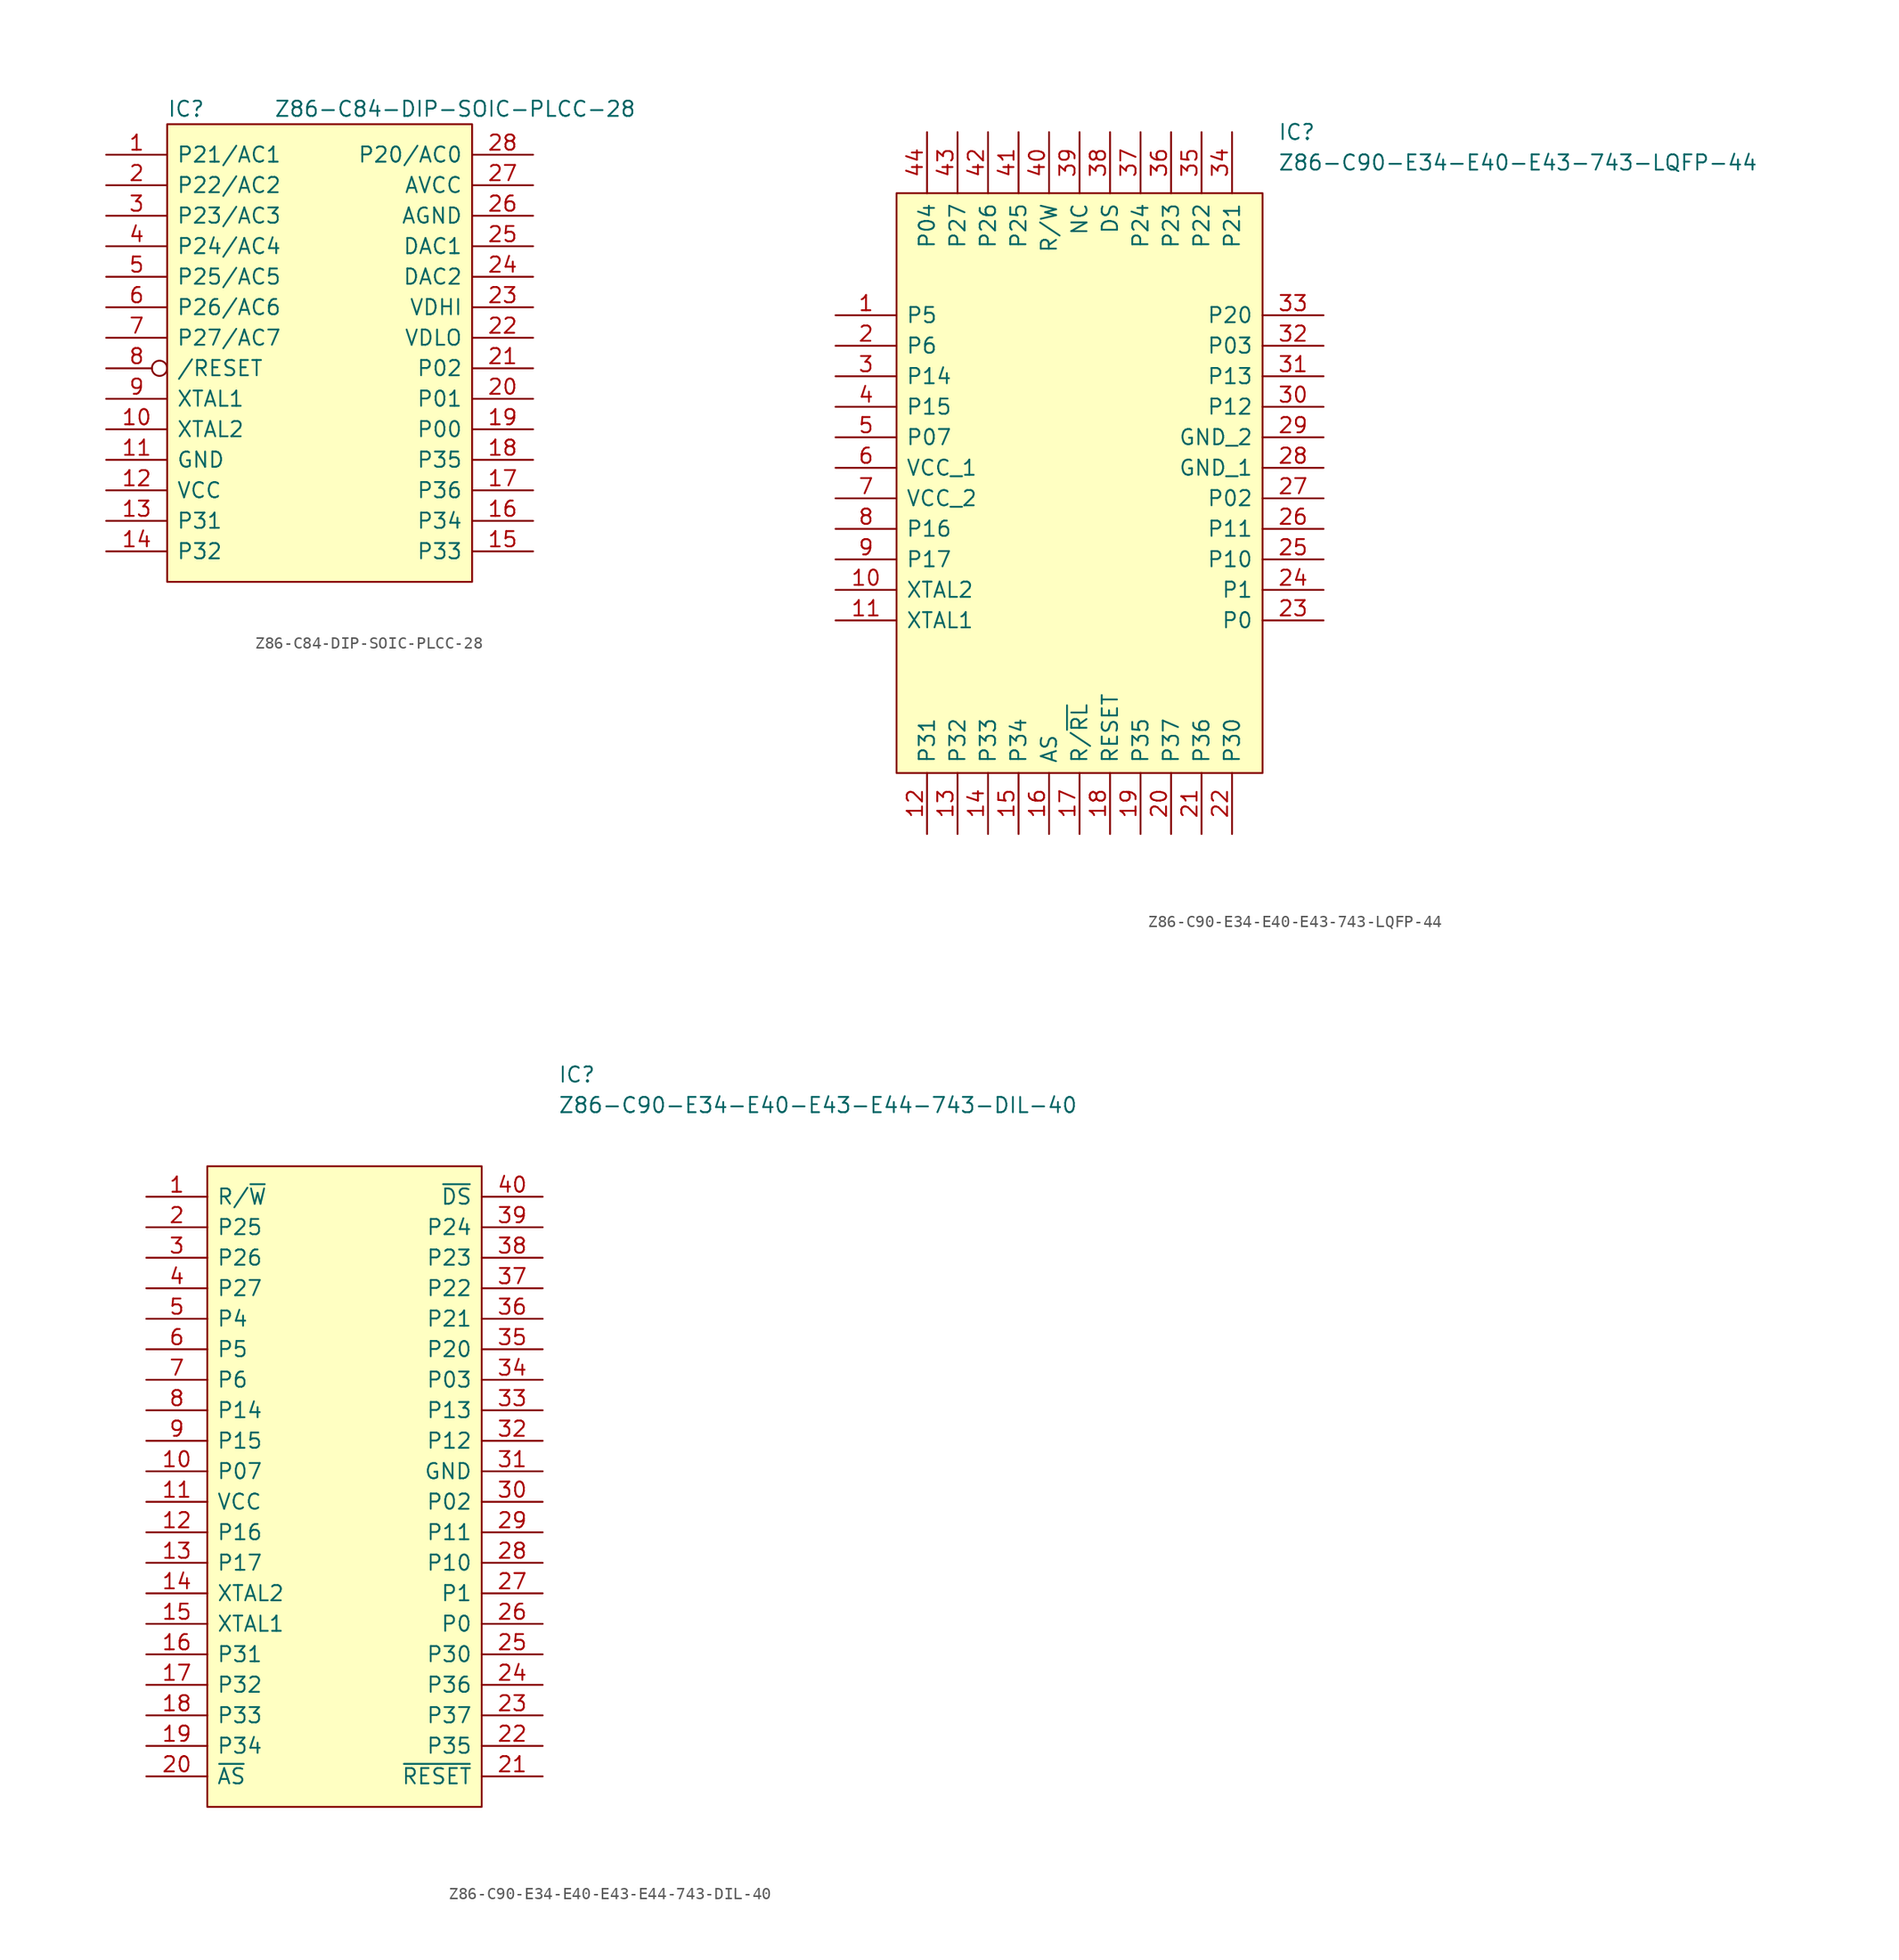
<source format=kicad_sym>
(kicad_symbol_lib
  (version 20211014)
  (generator kicad_symbol_editor)
  (symbol "Z86-C84-DIP-SOIC-PLCC-28"
    (pin_names
      (offset 0.762))
    (property "Reference" "IC"
      (at 0 1.27 0)
      (effects (font (size 1.27 1.27)) (justify left)))
    (property "Value" "Z86-C84-DIP-SOIC-PLCC-28"
      (at 8.89 1.27 0)
      (effects (font (size 1.27 1.27)) (justify left)))
    (symbol "Z86-C84-DIP-SOIC-PLCC-28_0_0"
      (pin bidirectional line (at -5.08 -2.54 0) (length 5.08) (name "P21/AC1" (effects (font (size 1.27 1.27)))) (number "1" (effects (font (size 1.27 1.27)))))
      (pin output line (at -5.08 -25.4 0) (length 5.08) (name "XTAL2" (effects (font (size 1.27 1.27)))) (number "10" (effects (font (size 1.27 1.27)))))
      (pin power_in line (at -5.08 -27.94 0) (length 5.08) (name "GND" (effects (font (size 1.27 1.27)))) (number "11" (effects (font (size 1.27 1.27)))))
      (pin power_in line (at -5.08 -30.48 0) (length 5.08) (name "VCC" (effects (font (size 1.27 1.27)))) (number "12" (effects (font (size 1.27 1.27)))))
      (pin input line (at -5.08 -33.02 0) (length 5.08) (name "P31" (effects (font (size 1.27 1.27)))) (number "13" (effects (font (size 1.27 1.27)))))
      (pin input line (at -5.08 -35.56 0) (length 5.08) (name "P32" (effects (font (size 1.27 1.27)))) (number "14" (effects (font (size 1.27 1.27)))))
      (pin input line (at 30.48 -35.56 180) (length 5.08) (name "P33" (effects (font (size 1.27 1.27)))) (number "15" (effects (font (size 1.27 1.27)))))
      (pin output line (at 30.48 -33.02 180) (length 5.08) (name "P34" (effects (font (size 1.27 1.27)))) (number "16" (effects (font (size 1.27 1.27)))))
      (pin output line (at 30.48 -30.48 180) (length 5.08) (name "P36" (effects (font (size 1.27 1.27)))) (number "17" (effects (font (size 1.27 1.27)))))
      (pin output line (at 30.48 -27.94 180) (length 5.08) (name "P35" (effects (font (size 1.27 1.27)))) (number "18" (effects (font (size 1.27 1.27)))))
      (pin bidirectional line (at 30.48 -25.4 180) (length 5.08) (name "P00" (effects (font (size 1.27 1.27)))) (number "19" (effects (font (size 1.27 1.27)))))
      (pin bidirectional line (at -5.08 -5.08 0) (length 5.08) (name "P22/AC2" (effects (font (size 1.27 1.27)))) (number "2" (effects (font (size 1.27 1.27)))))
      (pin bidirectional line (at 30.48 -22.86 180) (length 5.08) (name "P01" (effects (font (size 1.27 1.27)))) (number "20" (effects (font (size 1.27 1.27)))))
      (pin bidirectional line (at 30.48 -20.32 180) (length 5.08) (name "P02" (effects (font (size 1.27 1.27)))) (number "21" (effects (font (size 1.27 1.27)))))
      (pin input line (at 30.48 -17.78 180) (length 5.08) (name "VDLO" (effects (font (size 1.27 1.27)))) (number "22" (effects (font (size 1.27 1.27)))))
      (pin input line (at 30.48 -15.24 180) (length 5.08) (name "VDHI" (effects (font (size 1.27 1.27)))) (number "23" (effects (font (size 1.27 1.27)))))
      (pin output line (at 30.48 -12.7 180) (length 5.08) (name "DAC2" (effects (font (size 1.27 1.27)))) (number "24" (effects (font (size 1.27 1.27)))))
      (pin output line (at 30.48 -10.16 180) (length 5.08) (name "DAC1" (effects (font (size 1.27 1.27)))) (number "25" (effects (font (size 1.27 1.27)))))
      (pin bidirectional line (at 30.48 -7.62 180) (length 5.08) (name "AGND" (effects (font (size 1.27 1.27)))) (number "26" (effects (font (size 1.27 1.27)))))
      (pin bidirectional line (at 30.48 -5.08 180) (length 5.08) (name "AVCC" (effects (font (size 1.27 1.27)))) (number "27" (effects (font (size 1.27 1.27)))))
      (pin bidirectional line (at 30.48 -2.54 180) (length 5.08) (name "P20/AC0" (effects (font (size 1.27 1.27)))) (number "28" (effects (font (size 1.27 1.27)))))
      (pin bidirectional line (at -5.08 -7.62 0) (length 5.08) (name "P23/AC3" (effects (font (size 1.27 1.27)))) (number "3" (effects (font (size 1.27 1.27)))))
      (pin bidirectional line (at -5.08 -10.16 0) (length 5.08) (name "P24/AC4" (effects (font (size 1.27 1.27)))) (number "4" (effects (font (size 1.27 1.27)))))
      (pin bidirectional line (at -5.08 -12.7 0) (length 5.08) (name "P25/AC5" (effects (font (size 1.27 1.27)))) (number "5" (effects (font (size 1.27 1.27)))))
      (pin bidirectional line (at -5.08 -15.24 0) (length 5.08) (name "P26/AC6" (effects (font (size 1.27 1.27)))) (number "6" (effects (font (size 1.27 1.27)))))
      (pin input line (at -5.08 -17.78 0) (length 5.08) (name "P27/AC7" (effects (font (size 1.27 1.27)))) (number "7" (effects (font (size 1.27 1.27)))))
      (pin input inverted (at -5.08 -20.32 0) (length 5.08) (name "/RESET" (effects (font (size 1.27 1.27)))) (number "8" (effects (font (size 1.27 1.27)))))
      (pin input line (at -5.08 -22.86 0) (length 5.08) (name "XTAL1" (effects (font (size 1.27 1.27)))) (number "9" (effects (font (size 1.27 1.27))))))
    (symbol "Z86-C84-DIP-SOIC-PLCC-28_0_1"
      (polyline (pts (xy 0 0) (xy 25.4 0) (xy 25.4 -38.1) (xy 0 -38.1) (xy 0 0)) (stroke (width 0.152) (type solid)) (fill (type background)))))
  (symbol "Z86-C90-E34-E40-E43-743-LQFP-44"
    (pin_names
      (offset 0.762))
    (property "Reference" "IC"
      (at 31.75 5.08 0)
      (effects (font (size 1.27 1.27)) (justify left)))
    (property "Value" "Z86-C90-E34-E40-E43-743-LQFP-44"
      (at 31.75 2.54 0)
      (effects (font (size 1.27 1.27)) (justify left)))
    (symbol "Z86-C90-E34-E40-E43-743-LQFP-44_0_0"
      (pin bidirectional line (at -5.08 -10.16 0) (length 5.08) (name "P5" (effects (font (size 1.27 1.27)))) (number "1" (effects (font (size 1.27 1.27)))))
      (pin bidirectional line (at -5.08 -33.02 0) (length 5.08) (name "XTAL2" (effects (font (size 1.27 1.27)))) (number "10" (effects (font (size 1.27 1.27)))))
      (pin bidirectional line (at -5.08 -35.56 0) (length 5.08) (name "XTAL1" (effects (font (size 1.27 1.27)))) (number "11" (effects (font (size 1.27 1.27)))))
      (pin bidirectional line (at 2.54 -53.34 90) (length 5.08) (name "P31" (effects (font (size 1.27 1.27)))) (number "12" (effects (font (size 1.27 1.27)))))
      (pin bidirectional line (at 5.08 -53.34 90) (length 5.08) (name "P32" (effects (font (size 1.27 1.27)))) (number "13" (effects (font (size 1.27 1.27)))))
      (pin bidirectional line (at 7.62 -53.34 90) (length 5.08) (name "P33" (effects (font (size 1.27 1.27)))) (number "14" (effects (font (size 1.27 1.27)))))
      (pin bidirectional line (at 10.16 -53.34 90) (length 5.08) (name "P34" (effects (font (size 1.27 1.27)))) (number "15" (effects (font (size 1.27 1.27)))))
      (pin bidirectional line (at 12.7 -53.34 90) (length 5.08) (name "AS" (effects (font (size 1.27 1.27)))) (number "16" (effects (font (size 1.27 1.27)))))
      (pin bidirectional line (at 15.24 -53.34 90) (length 5.08) (name "R/~{RL}" (effects (font (size 1.27 1.27)))) (number "17" (effects (font (size 1.27 1.27)))))
      (pin bidirectional line (at 17.78 -53.34 90) (length 5.08) (name "RESET" (effects (font (size 1.27 1.27)))) (number "18" (effects (font (size 1.27 1.27)))))
      (pin bidirectional line (at 20.32 -53.34 90) (length 5.08) (name "P35" (effects (font (size 1.27 1.27)))) (number "19" (effects (font (size 1.27 1.27)))))
      (pin bidirectional line (at -5.08 -12.7 0) (length 5.08) (name "P6" (effects (font (size 1.27 1.27)))) (number "2" (effects (font (size 1.27 1.27)))))
      (pin bidirectional line (at 22.86 -53.34 90) (length 5.08) (name "P37" (effects (font (size 1.27 1.27)))) (number "20" (effects (font (size 1.27 1.27)))))
      (pin bidirectional line (at 25.4 -53.34 90) (length 5.08) (name "P36" (effects (font (size 1.27 1.27)))) (number "21" (effects (font (size 1.27 1.27)))))
      (pin bidirectional line (at 27.94 -53.34 90) (length 5.08) (name "P30" (effects (font (size 1.27 1.27)))) (number "22" (effects (font (size 1.27 1.27)))))
      (pin bidirectional line (at 35.56 -35.56 180) (length 5.08) (name "P0" (effects (font (size 1.27 1.27)))) (number "23" (effects (font (size 1.27 1.27)))))
      (pin bidirectional line (at 35.56 -33.02 180) (length 5.08) (name "P1" (effects (font (size 1.27 1.27)))) (number "24" (effects (font (size 1.27 1.27)))))
      (pin bidirectional line (at 35.56 -30.48 180) (length 5.08) (name "P10" (effects (font (size 1.27 1.27)))) (number "25" (effects (font (size 1.27 1.27)))))
      (pin bidirectional line (at 35.56 -27.94 180) (length 5.08) (name "P11" (effects (font (size 1.27 1.27)))) (number "26" (effects (font (size 1.27 1.27)))))
      (pin bidirectional line (at 35.56 -25.4 180) (length 5.08) (name "P02" (effects (font (size 1.27 1.27)))) (number "27" (effects (font (size 1.27 1.27)))))
      (pin bidirectional line (at 35.56 -22.86 180) (length 5.08) (name "GND_1" (effects (font (size 1.27 1.27)))) (number "28" (effects (font (size 1.27 1.27)))))
      (pin bidirectional line (at 35.56 -20.32 180) (length 5.08) (name "GND_2" (effects (font (size 1.27 1.27)))) (number "29" (effects (font (size 1.27 1.27)))))
      (pin bidirectional line (at -5.08 -15.24 0) (length 5.08) (name "P14" (effects (font (size 1.27 1.27)))) (number "3" (effects (font (size 1.27 1.27)))))
      (pin bidirectional line (at 35.56 -17.78 180) (length 5.08) (name "P12" (effects (font (size 1.27 1.27)))) (number "30" (effects (font (size 1.27 1.27)))))
      (pin bidirectional line (at 35.56 -15.24 180) (length 5.08) (name "P13" (effects (font (size 1.27 1.27)))) (number "31" (effects (font (size 1.27 1.27)))))
      (pin bidirectional line (at 35.56 -12.7 180) (length 5.08) (name "P03" (effects (font (size 1.27 1.27)))) (number "32" (effects (font (size 1.27 1.27)))))
      (pin bidirectional line (at 35.56 -10.16 180) (length 5.08) (name "P20" (effects (font (size 1.27 1.27)))) (number "33" (effects (font (size 1.27 1.27)))))
      (pin bidirectional line (at 27.94 5.08 270) (length 5.08) (name "P21" (effects (font (size 1.27 1.27)))) (number "34" (effects (font (size 1.27 1.27)))))
      (pin bidirectional line (at 25.4 5.08 270) (length 5.08) (name "P22" (effects (font (size 1.27 1.27)))) (number "35" (effects (font (size 1.27 1.27)))))
      (pin bidirectional line (at 22.86 5.08 270) (length 5.08) (name "P23" (effects (font (size 1.27 1.27)))) (number "36" (effects (font (size 1.27 1.27)))))
      (pin bidirectional line (at 20.32 5.08 270) (length 5.08) (name "P24" (effects (font (size 1.27 1.27)))) (number "37" (effects (font (size 1.27 1.27)))))
      (pin bidirectional line (at 17.78 5.08 270) (length 5.08) (name "DS" (effects (font (size 1.27 1.27)))) (number "38" (effects (font (size 1.27 1.27)))))
      (pin bidirectional line (at 15.24 5.08 270) (length 5.08) (name "NC" (effects (font (size 1.27 1.27)))) (number "39" (effects (font (size 1.27 1.27)))))
      (pin bidirectional line (at -5.08 -17.78 0) (length 5.08) (name "P15" (effects (font (size 1.27 1.27)))) (number "4" (effects (font (size 1.27 1.27)))))
      (pin bidirectional line (at 12.7 5.08 270) (length 5.08) (name "R/W" (effects (font (size 1.27 1.27)))) (number "40" (effects (font (size 1.27 1.27)))))
      (pin bidirectional line (at 10.16 5.08 270) (length 5.08) (name "P25" (effects (font (size 1.27 1.27)))) (number "41" (effects (font (size 1.27 1.27)))))
      (pin bidirectional line (at 7.62 5.08 270) (length 5.08) (name "P26" (effects (font (size 1.27 1.27)))) (number "42" (effects (font (size 1.27 1.27)))))
      (pin bidirectional line (at 5.08 5.08 270) (length 5.08) (name "P27" (effects (font (size 1.27 1.27)))) (number "43" (effects (font (size 1.27 1.27)))))
      (pin bidirectional line (at 2.54 5.08 270) (length 5.08) (name "P04" (effects (font (size 1.27 1.27)))) (number "44" (effects (font (size 1.27 1.27)))))
      (pin bidirectional line (at -5.08 -20.32 0) (length 5.08) (name "P07" (effects (font (size 1.27 1.27)))) (number "5" (effects (font (size 1.27 1.27)))))
      (pin bidirectional line (at -5.08 -22.86 0) (length 5.08) (name "VCC_1" (effects (font (size 1.27 1.27)))) (number "6" (effects (font (size 1.27 1.27)))))
      (pin bidirectional line (at -5.08 -25.4 0) (length 5.08) (name "VCC_2" (effects (font (size 1.27 1.27)))) (number "7" (effects (font (size 1.27 1.27)))))
      (pin bidirectional line (at -5.08 -27.94 0) (length 5.08) (name "P16" (effects (font (size 1.27 1.27)))) (number "8" (effects (font (size 1.27 1.27)))))
      (pin bidirectional line (at -5.08 -30.48 0) (length 5.08) (name "P17" (effects (font (size 1.27 1.27)))) (number "9" (effects (font (size 1.27 1.27))))))
    (symbol "Z86-C90-E34-E40-E43-743-LQFP-44_0_1"
      (polyline (pts (xy 0 0) (xy 30.48 0) (xy 30.48 -48.26) (xy 0 -48.26) (xy 0 0)) (stroke (width 0.152) (type solid)) (fill (type background)))))
  (symbol "Z86-C90-E34-E40-E43-E44-743-DIL-40"
    (pin_names
      (offset 0.762))
    (property "Reference" "IC"
      (at 29.21 7.62 0)
      (effects (font (size 1.27 1.27)) (justify left)))
    (property "Value" "Z86-C90-E34-E40-E43-E44-743-DIL-40"
      (at 29.21 5.08 0)
      (effects (font (size 1.27 1.27)) (justify left)))
    (symbol "Z86-C90-E34-E40-E43-E44-743-DIL-40_0_0"
      (pin bidirectional line (at -5.08 -2.54 0) (length 5.08) (name "R/~{W}" (effects (font (size 1.27 1.27)))) (number "1" (effects (font (size 1.27 1.27)))))
      (pin bidirectional line (at -5.08 -25.4 0) (length 5.08) (name "P07" (effects (font (size 1.27 1.27)))) (number "10" (effects (font (size 1.27 1.27)))))
      (pin bidirectional line (at -5.08 -27.94 0) (length 5.08) (name "VCC" (effects (font (size 1.27 1.27)))) (number "11" (effects (font (size 1.27 1.27)))))
      (pin bidirectional line (at -5.08 -30.48 0) (length 5.08) (name "P16" (effects (font (size 1.27 1.27)))) (number "12" (effects (font (size 1.27 1.27)))))
      (pin bidirectional line (at -5.08 -33.02 0) (length 5.08) (name "P17" (effects (font (size 1.27 1.27)))) (number "13" (effects (font (size 1.27 1.27)))))
      (pin bidirectional line (at -5.08 -35.56 0) (length 5.08) (name "XTAL2" (effects (font (size 1.27 1.27)))) (number "14" (effects (font (size 1.27 1.27)))))
      (pin bidirectional line (at -5.08 -38.1 0) (length 5.08) (name "XTAL1" (effects (font (size 1.27 1.27)))) (number "15" (effects (font (size 1.27 1.27)))))
      (pin bidirectional line (at -5.08 -40.64 0) (length 5.08) (name "P31" (effects (font (size 1.27 1.27)))) (number "16" (effects (font (size 1.27 1.27)))))
      (pin bidirectional line (at -5.08 -43.18 0) (length 5.08) (name "P32" (effects (font (size 1.27 1.27)))) (number "17" (effects (font (size 1.27 1.27)))))
      (pin bidirectional line (at -5.08 -45.72 0) (length 5.08) (name "P33" (effects (font (size 1.27 1.27)))) (number "18" (effects (font (size 1.27 1.27)))))
      (pin bidirectional line (at -5.08 -48.26 0) (length 5.08) (name "P34" (effects (font (size 1.27 1.27)))) (number "19" (effects (font (size 1.27 1.27)))))
      (pin bidirectional line (at -5.08 -5.08 0) (length 5.08) (name "P25" (effects (font (size 1.27 1.27)))) (number "2" (effects (font (size 1.27 1.27)))))
      (pin bidirectional line (at -5.08 -50.8 0) (length 5.08) (name "~{AS}" (effects (font (size 1.27 1.27)))) (number "20" (effects (font (size 1.27 1.27)))))
      (pin bidirectional line (at 27.94 -50.8 180) (length 5.08) (name "~{RESET}" (effects (font (size 1.27 1.27)))) (number "21" (effects (font (size 1.27 1.27)))))
      (pin bidirectional line (at 27.94 -48.26 180) (length 5.08) (name "P35" (effects (font (size 1.27 1.27)))) (number "22" (effects (font (size 1.27 1.27)))))
      (pin bidirectional line (at 27.94 -45.72 180) (length 5.08) (name "P37" (effects (font (size 1.27 1.27)))) (number "23" (effects (font (size 1.27 1.27)))))
      (pin bidirectional line (at 27.94 -43.18 180) (length 5.08) (name "P36" (effects (font (size 1.27 1.27)))) (number "24" (effects (font (size 1.27 1.27)))))
      (pin bidirectional line (at 27.94 -40.64 180) (length 5.08) (name "P30" (effects (font (size 1.27 1.27)))) (number "25" (effects (font (size 1.27 1.27)))))
      (pin bidirectional line (at 27.94 -38.1 180) (length 5.08) (name "P0" (effects (font (size 1.27 1.27)))) (number "26" (effects (font (size 1.27 1.27)))))
      (pin bidirectional line (at 27.94 -35.56 180) (length 5.08) (name "P1" (effects (font (size 1.27 1.27)))) (number "27" (effects (font (size 1.27 1.27)))))
      (pin bidirectional line (at 27.94 -33.02 180) (length 5.08) (name "P10" (effects (font (size 1.27 1.27)))) (number "28" (effects (font (size 1.27 1.27)))))
      (pin bidirectional line (at 27.94 -30.48 180) (length 5.08) (name "P11" (effects (font (size 1.27 1.27)))) (number "29" (effects (font (size 1.27 1.27)))))
      (pin bidirectional line (at -5.08 -7.62 0) (length 5.08) (name "P26" (effects (font (size 1.27 1.27)))) (number "3" (effects (font (size 1.27 1.27)))))
      (pin bidirectional line (at 27.94 -27.94 180) (length 5.08) (name "P02" (effects (font (size 1.27 1.27)))) (number "30" (effects (font (size 1.27 1.27)))))
      (pin bidirectional line (at 27.94 -25.4 180) (length 5.08) (name "GND" (effects (font (size 1.27 1.27)))) (number "31" (effects (font (size 1.27 1.27)))))
      (pin bidirectional line (at 27.94 -22.86 180) (length 5.08) (name "P12" (effects (font (size 1.27 1.27)))) (number "32" (effects (font (size 1.27 1.27)))))
      (pin bidirectional line (at 27.94 -20.32 180) (length 5.08) (name "P13" (effects (font (size 1.27 1.27)))) (number "33" (effects (font (size 1.27 1.27)))))
      (pin bidirectional line (at 27.94 -17.78 180) (length 5.08) (name "P03" (effects (font (size 1.27 1.27)))) (number "34" (effects (font (size 1.27 1.27)))))
      (pin bidirectional line (at 27.94 -15.24 180) (length 5.08) (name "P20" (effects (font (size 1.27 1.27)))) (number "35" (effects (font (size 1.27 1.27)))))
      (pin bidirectional line (at 27.94 -12.7 180) (length 5.08) (name "P21" (effects (font (size 1.27 1.27)))) (number "36" (effects (font (size 1.27 1.27)))))
      (pin bidirectional line (at 27.94 -10.16 180) (length 5.08) (name "P22" (effects (font (size 1.27 1.27)))) (number "37" (effects (font (size 1.27 1.27)))))
      (pin bidirectional line (at 27.94 -7.62 180) (length 5.08) (name "P23" (effects (font (size 1.27 1.27)))) (number "38" (effects (font (size 1.27 1.27)))))
      (pin bidirectional line (at 27.94 -5.08 180) (length 5.08) (name "P24" (effects (font (size 1.27 1.27)))) (number "39" (effects (font (size 1.27 1.27)))))
      (pin bidirectional line (at -5.08 -10.16 0) (length 5.08) (name "P27" (effects (font (size 1.27 1.27)))) (number "4" (effects (font (size 1.27 1.27)))))
      (pin bidirectional line (at 27.94 -2.54 180) (length 5.08) (name "~{DS}" (effects (font (size 1.27 1.27)))) (number "40" (effects (font (size 1.27 1.27)))))
      (pin bidirectional line (at -5.08 -12.7 0) (length 5.08) (name "P4" (effects (font (size 1.27 1.27)))) (number "5" (effects (font (size 1.27 1.27)))))
      (pin bidirectional line (at -5.08 -15.24 0) (length 5.08) (name "P5" (effects (font (size 1.27 1.27)))) (number "6" (effects (font (size 1.27 1.27)))))
      (pin bidirectional line (at -5.08 -17.78 0) (length 5.08) (name "P6" (effects (font (size 1.27 1.27)))) (number "7" (effects (font (size 1.27 1.27)))))
      (pin bidirectional line (at -5.08 -20.32 0) (length 5.08) (name "P14" (effects (font (size 1.27 1.27)))) (number "8" (effects (font (size 1.27 1.27)))))
      (pin bidirectional line (at -5.08 -22.86 0) (length 5.08) (name "P15" (effects (font (size 1.27 1.27)))) (number "9" (effects (font (size 1.27 1.27))))))
    (symbol "Z86-C90-E34-E40-E43-E44-743-DIL-40_0_1"
      (polyline (pts (xy 0 0) (xy 22.86 0) (xy 22.86 -53.34) (xy 0 -53.34) (xy 0 0)) (stroke (width 0.152) (type solid)) (fill (type background))))))
</source>
